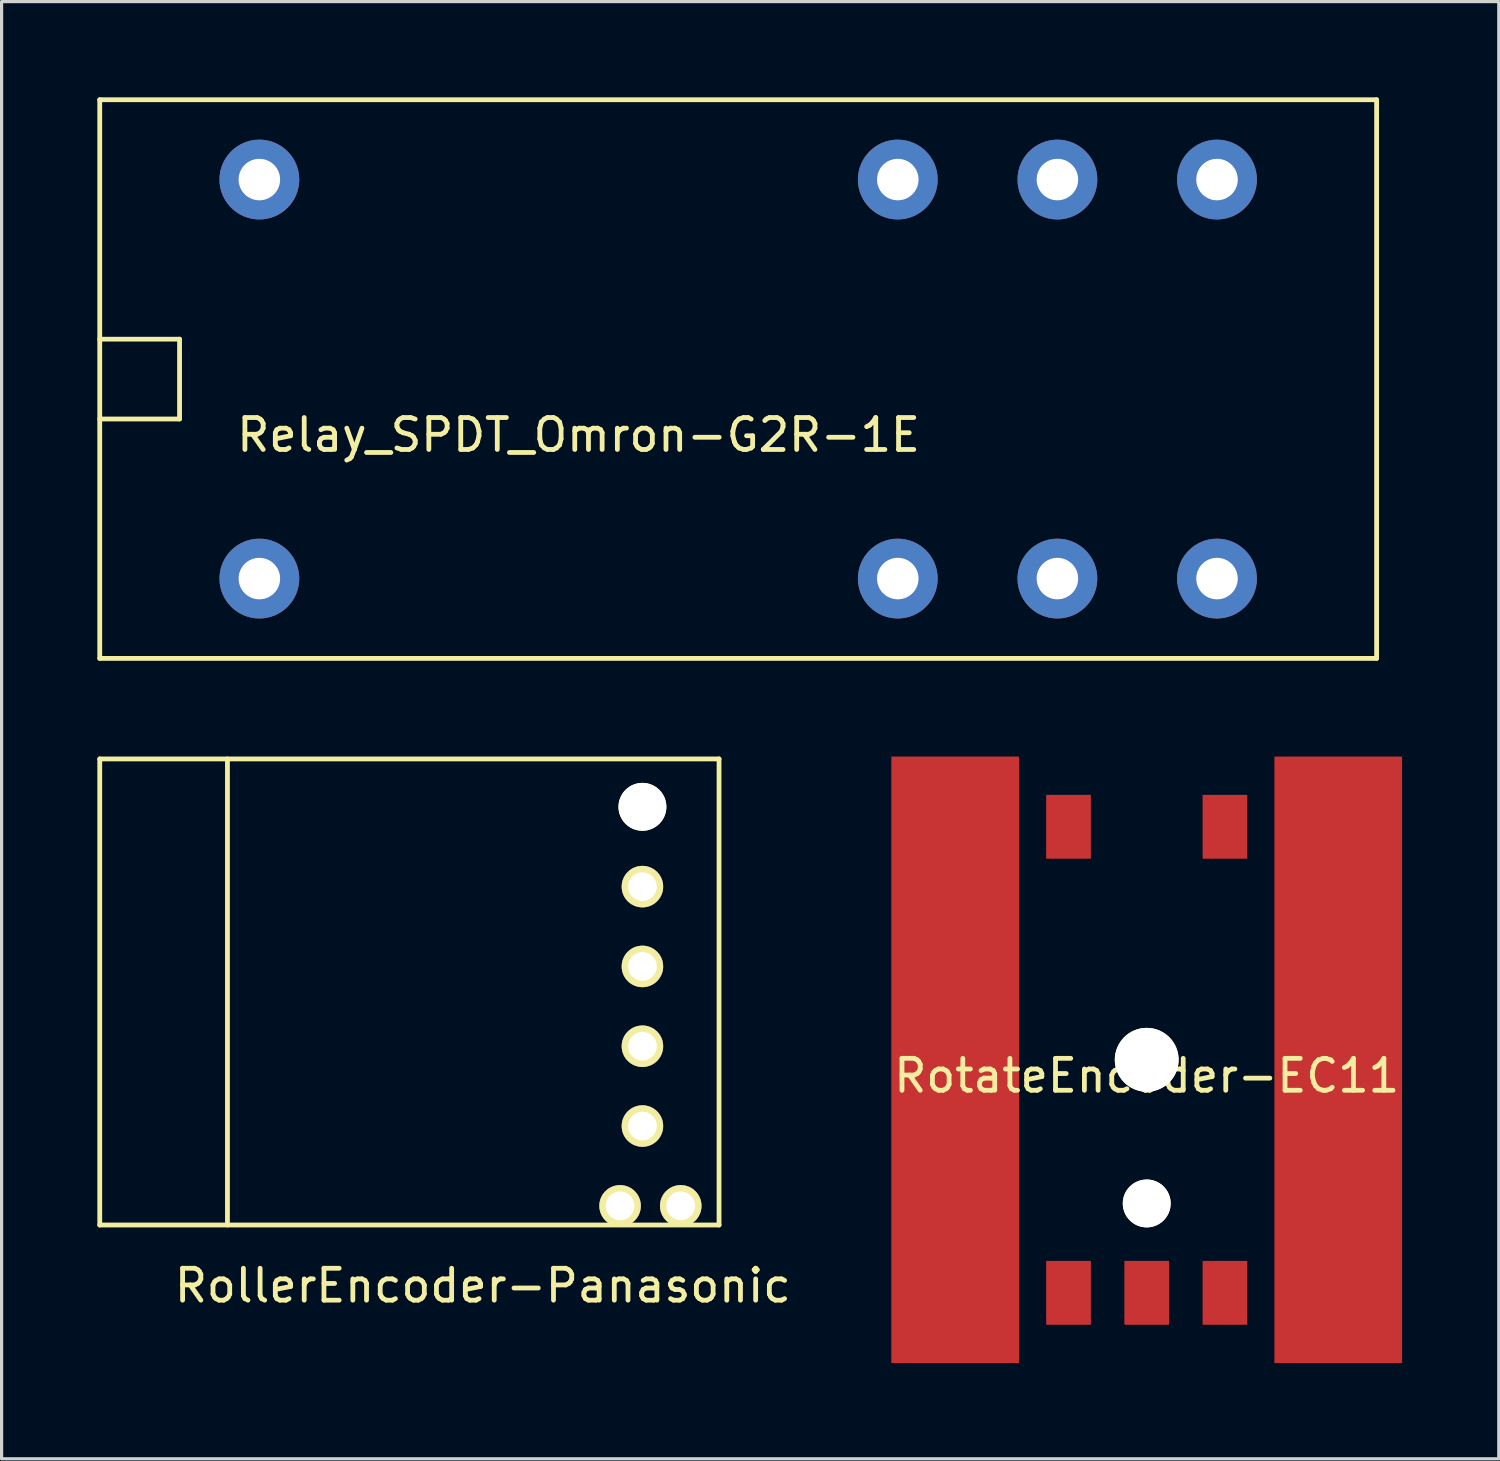
<source format=kicad_pcb>
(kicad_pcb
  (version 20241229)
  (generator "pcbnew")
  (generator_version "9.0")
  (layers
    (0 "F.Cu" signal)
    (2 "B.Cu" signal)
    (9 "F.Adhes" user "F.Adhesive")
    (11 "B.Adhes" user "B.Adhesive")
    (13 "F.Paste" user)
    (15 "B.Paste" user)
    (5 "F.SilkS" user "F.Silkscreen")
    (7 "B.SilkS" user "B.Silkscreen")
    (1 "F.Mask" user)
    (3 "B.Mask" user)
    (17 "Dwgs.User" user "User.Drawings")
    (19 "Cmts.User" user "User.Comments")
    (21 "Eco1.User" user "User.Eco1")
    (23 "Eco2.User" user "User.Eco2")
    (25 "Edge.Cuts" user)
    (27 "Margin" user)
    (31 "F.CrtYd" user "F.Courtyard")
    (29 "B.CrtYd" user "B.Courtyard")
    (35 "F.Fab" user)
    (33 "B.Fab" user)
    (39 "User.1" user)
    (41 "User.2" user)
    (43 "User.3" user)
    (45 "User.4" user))
  (footprint "Relay_SPDT_Omron-G2R-1E"
    (layer "F.Cu")
    (at 20.075 8.575)
    (property "Reference" "Relay_SPDT_Omron-G2R-1E" (at -5 2 0) (layer "F.SilkS") (effects (font (size 1 1) (thickness 0.15))))
    (attr through_hole)
    (fp_line (start -20 -8.5) (end 20 -8.5) (stroke (width 0.15) (type solid)) (layer "F.SilkS"))
    (fp_line (start -20 -1) (end -17.5 -1) (stroke (width 0.15) (type solid)) (layer "F.SilkS"))
    (fp_line (start -20 9) (end -20 -8.5) (stroke (width 0.15) (type solid)) (layer "F.SilkS"))
    (fp_line (start -17.5 -1) (end -17.5 1.5) (stroke (width 0.15) (type solid)) (layer "F.SilkS"))
    (fp_line (start -17.5 1.5) (end -20 1.5) (stroke (width 0.15) (type solid)) (layer "F.SilkS"))
    (fp_line (start 20 -8.5) (end 20 9) (stroke (width 0.15) (type solid)) (layer "F.SilkS"))
    (fp_line (start 20 9) (end -20 9) (stroke (width 0.15) (type solid)) (layer "F.SilkS"))
    (pad "1" thru_hole circle (at -15 6.5) (size 2.5 2.5) (drill 1.3) (layers "*.Cu" "*.Mask"))
    (pad "2-7" thru_hole circle (at 5 -6) (size 2.5 2.5) (drill 1.3) (layers "*.Cu" "*.Mask"))
    (pad "2-7" thru_hole circle (at 5 6.5) (size 2.5 2.5) (drill 1.3) (layers "*.Cu" "*.Mask"))
    (pad "3-6" thru_hole circle (at 10 -6) (size 2.5 2.5) (drill 1.3) (layers "*.Cu" "*.Mask"))
    (pad "3-6" thru_hole circle (at 10 6.5) (size 2.5 2.5) (drill 1.3) (layers "*.Cu" "*.Mask"))
    (pad "4-5" thru_hole circle (at 15 -6) (size 2.5 2.5) (drill 1.3) (layers "*.Cu" "*.Mask"))
    (pad "4-5" thru_hole circle (at 15 6.5) (size 2.5 2.5) (drill 1.3) (layers "*.Cu" "*.Mask"))
    (pad "8" thru_hole circle (at -15 -6) (size 2.5 2.5) (drill 1.3) (layers "*.Cu" "*.Mask")))
  (footprint "RollerEncoder-Panasonic"
    (layer "F.Cu")
    (at 17.075 34.725)
    (property "Reference" "RollerEncoder-Panasonic" (at -5 2.5 0) (layer "F.SilkS") (effects (font (size 1 1) (thickness 0.15))))
    (attr through_hole)
    (fp_line (start -17 -14) (end -17 0.6) (stroke (width 0.15) (type solid)) (layer "F.SilkS"))
    (fp_line (start -17 0.6) (end 2.4 0.6) (stroke (width 0.15) (type solid)) (layer "F.SilkS"))
    (fp_line (start -13 0.6) (end -13 -14) (stroke (width 0.15) (type solid)) (layer "F.SilkS"))
    (fp_line (start 2.4 -14) (end -17 -14) (stroke (width 0.15) (type solid)) (layer "F.SilkS"))
    (fp_line (start 2.4 0.6) (end 2.4 -14) (stroke (width 0.15) (type solid)) (layer "F.SilkS"))
    (pad "" np_thru_hole circle (at 0 -12.5) (size 1.5 1.5) (drill 1.5) (layers "*.Cu" "*.Mask" "F.SilkS"))
    (pad "1" thru_hole circle (at 0 -2.5) (size 1.3 1.3) (drill 0.9) (layers "*.Cu" "*.Mask" "F.SilkS"))
    (pad "2" thru_hole circle (at 0 -5) (size 1.3 1.3) (drill 0.9) (layers "*.Cu" "*.Mask" "F.SilkS"))
    (pad "3" thru_hole circle (at 0 -7.5) (size 1.3 1.3) (drill 0.9) (layers "*.Cu" "*.Mask" "F.SilkS"))
    (pad "4" thru_hole circle (at 0 -10) (size 1.3 1.3) (drill 0.9) (layers "*.Cu" "*.Mask" "F.SilkS"))
    (pad "5" thru_hole circle (at -0.7 0) (size 1.3 1.3) (drill 0.9) (layers "*.Cu" "*.Mask" "F.SilkS"))
    (pad "6" thru_hole circle (at 1.2 0) (size 1.3 1.3) (drill 0.9) (layers "*.Cu" "*.Mask" "F.SilkS")))
  (footprint "RotateEncoder-EC11"
    (layer "F.Cu")
    (at 32.873 30.15)
    (property "Reference" "RotateEncoder-EC11" (at 0 0.5 0) (layer "F.SilkS") (effects (font (size 1 1) (thickness 0.15))))
    (attr through_hole)
    (pad "" connect rect (at -6 0) (size 4 19) (layers "F.Cu" "F.Mask"))
    (pad "" np_thru_hole circle (at 0 0) (size 2 2) (drill 2) (layers "*.Cu" "*.Mask" "F.SilkS"))
    (pad "" np_thru_hole circle (at 0 4.5) (size 1.5 1.5) (drill 1.5) (layers "*.Cu" "*.Mask" "F.SilkS"))
    (pad "" connect rect (at 6 0) (size 4 19) (layers "F.Cu" "F.Mask"))
    (pad "1" smd rect (at -2.45 7.3) (size 1.4 2) (layers "F.Cu" "F.Mask" "F.Paste"))
    (pad "2" smd rect (at 0 7.3) (size 1.4 2) (layers "F.Cu" "F.Mask" "F.Paste"))
    (pad "3" smd rect (at 2.45 7.3) (size 1.4 2) (layers "F.Cu" "F.Mask" "F.Paste"))
    (pad "4" smd rect (at -2.45 -7.3) (size 1.4 2) (layers "F.Cu" "F.Mask" "F.Paste"))
    (pad "5" smd rect (at 2.45 -7.3) (size 1.4 2) (layers "F.Cu" "F.Mask" "F.Paste")))
  (gr_rect
    (start -3 -3)
    (end 43.902 42.65)
    (stroke (width 0.1) (type default))
    (fill no)
    (layer "Edge.Cuts")))
</source>
